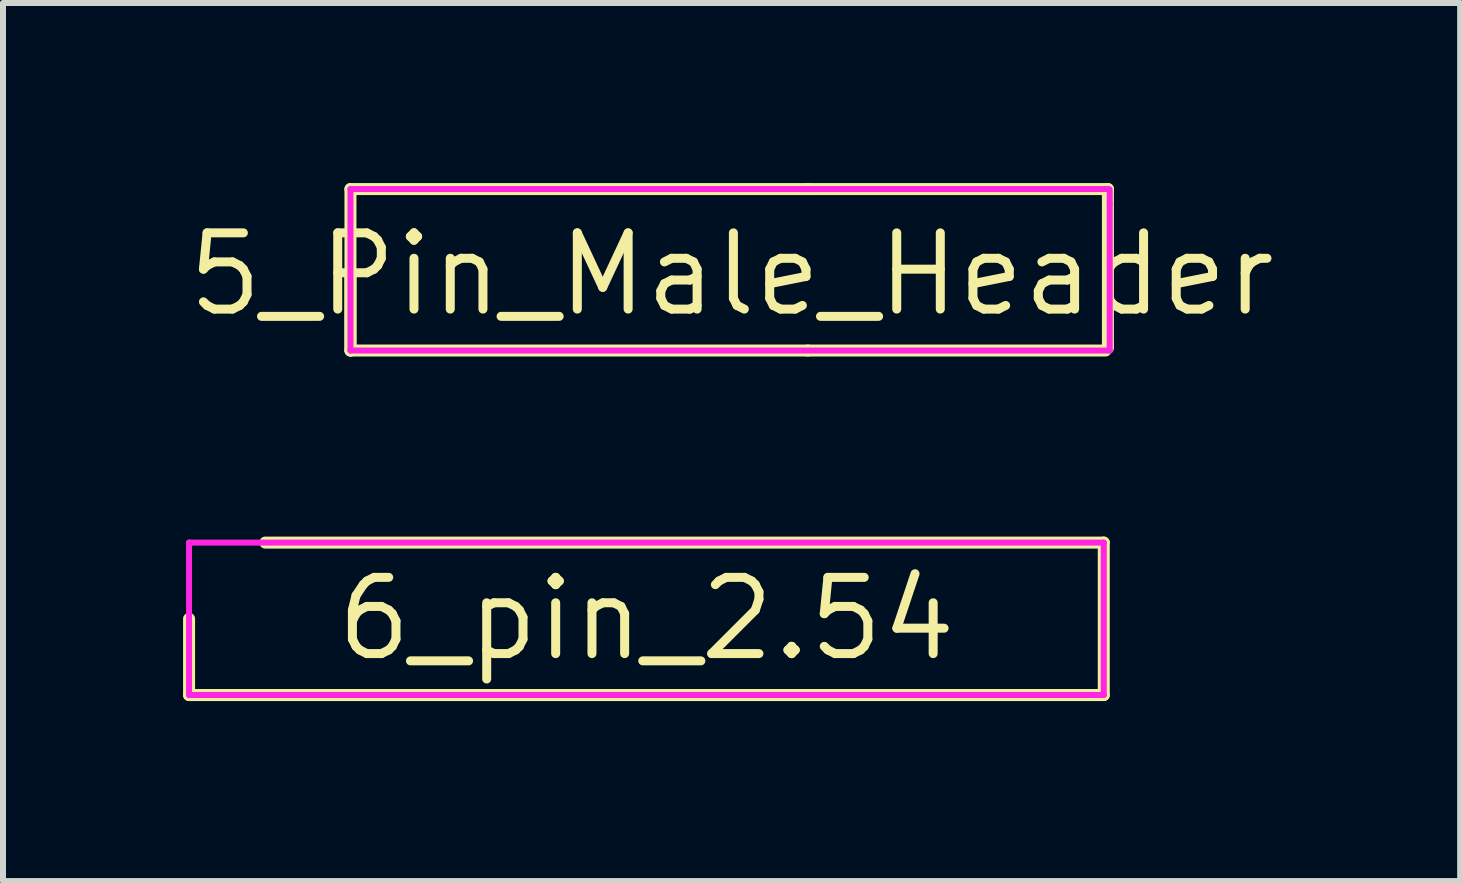
<source format=kicad_pcb>
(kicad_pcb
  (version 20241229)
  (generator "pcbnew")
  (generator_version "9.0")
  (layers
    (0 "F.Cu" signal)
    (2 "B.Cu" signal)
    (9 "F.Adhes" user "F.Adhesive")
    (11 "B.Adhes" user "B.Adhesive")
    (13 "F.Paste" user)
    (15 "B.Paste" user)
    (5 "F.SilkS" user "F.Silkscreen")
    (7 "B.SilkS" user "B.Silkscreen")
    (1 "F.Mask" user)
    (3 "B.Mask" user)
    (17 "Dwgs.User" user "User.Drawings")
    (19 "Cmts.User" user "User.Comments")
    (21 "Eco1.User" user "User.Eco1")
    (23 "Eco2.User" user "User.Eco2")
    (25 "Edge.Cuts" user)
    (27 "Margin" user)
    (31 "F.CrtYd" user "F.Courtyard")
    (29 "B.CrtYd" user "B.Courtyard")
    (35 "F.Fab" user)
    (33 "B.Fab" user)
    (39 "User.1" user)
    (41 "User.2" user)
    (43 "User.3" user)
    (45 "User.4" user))
  (footprint "6_pin_2.54"
    (layer "F.Cu")
    (at 7.72 7.26)
    (property "Reference" "6_pin_2.54" (at 0 0 0) (layer "F.SilkS") (effects (font (size 1.27 1.27) (thickness 0.15))))
    (attr through_hole)
    (fp_line (start -7.62 1.27) (end -7.62 0) (stroke (width 0.2) (type solid)) (layer "F.SilkS"))
    (fp_line (start -7.62 1.27) (end 7.62 1.27) (stroke (width 0.2) (type solid)) (layer "F.SilkS"))
    (fp_line (start -6.35 -1.27) (end 7.62 -1.27) (stroke (width 0.2) (type solid)) (layer "F.SilkS"))
    (fp_line (start 7.62 1.27) (end 7.62 -1.27) (stroke (width 0.2) (type solid)) (layer "F.SilkS"))
    (fp_line (start -7.62 -1.27) (end 7.62 -1.27) (stroke (width 0.1) (type solid)) (layer "F.CrtYd"))
    (fp_line (start -7.62 1.27) (end -7.62 -1.27) (stroke (width 0.1) (type solid)) (layer "F.CrtYd"))
    (fp_line (start -7.62 1.27) (end 7.62 1.27) (stroke (width 0.1) (type solid)) (layer "F.CrtYd"))
    (fp_line (start 7.62 1.27) (end 7.62 -1.27) (stroke (width 0.1) (type solid)) (layer "F.CrtYd")))
  (footprint "5_Pin_Male_Header"
    (layer "F.Cu")
    (at 9.139 1.52)
    (property "Reference" "5_Pin_Male_Header" (at 0 0 0) (layer "F.SilkS") (effects (font (size 1.27 1.27) (thickness 0.15))))
    (attr through_hole)
    (fp_line (start -6.35 -1.42) (end 1.27 -1.42) (stroke (width 0.2) (type solid)) (layer "F.SilkS"))
    (fp_line (start -6.35 1.27) (end -6.35 -1.42) (stroke (width 0.2) (type solid)) (layer "F.SilkS"))
    (fp_line (start -6.35 1.27) (end -6.35 0) (stroke (width 0.2) (type solid)) (layer "F.SilkS"))
    (fp_line (start -6.35 1.27) (end 1.27 1.27) (stroke (width 0.2) (type solid)) (layer "F.SilkS"))
    (fp_line (start 1.27 -1.42) (end 6.27 -1.42) (stroke (width 0.2) (type solid)) (layer "F.SilkS"))
    (fp_line (start 1.27 1.27) (end 6.23 1.27) (stroke (width 0.2) (type solid)) (layer "F.SilkS"))
    (fp_line (start 6.27 1.23) (end 6.27 -1.42) (stroke (width 0.2) (type solid)) (layer "F.SilkS"))
    (fp_line (start -6.35 -1.42) (end 6.29 -1.42) (stroke (width 0.1) (type solid)) (layer "F.CrtYd"))
    (fp_line (start -6.35 1.27) (end -6.35 -1.42) (stroke (width 0.1) (type solid)) (layer "F.CrtYd"))
    (fp_line (start -6.35 1.27) (end 6.3 1.27) (stroke (width 0.1) (type solid)) (layer "F.CrtYd"))
    (fp_line (start 6.3 -1.16) (end 6.3 -1.41) (stroke (width 0.1) (type solid)) (layer "F.CrtYd"))
    (fp_line (start 6.3 1.27) (end 6.3 -1.16) (stroke (width 0.1) (type solid)) (layer "F.CrtYd")))
  (gr_rect
    (start -3 -3)
    (end 21.278 11.63)
    (stroke (width 0.1) (type default))
    (fill no)
    (layer "Edge.Cuts")))
</source>
